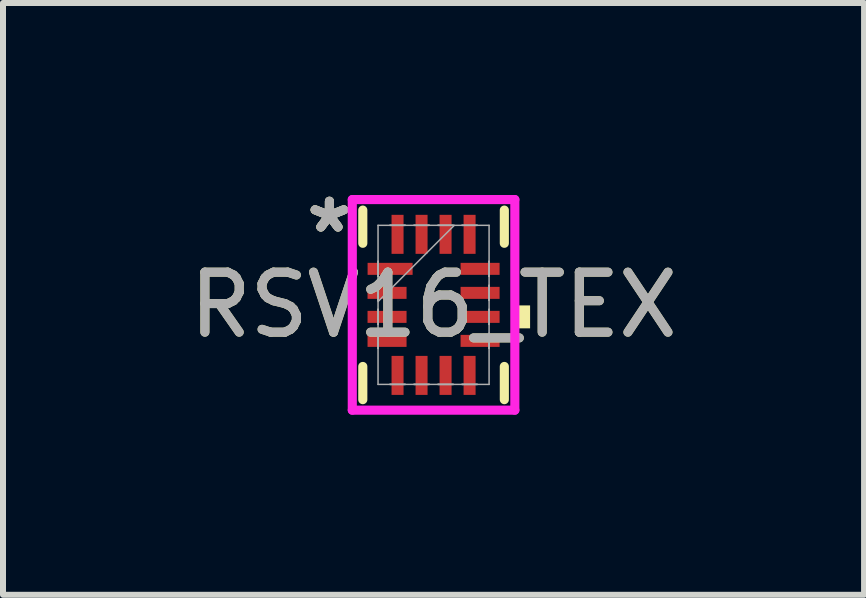
<source format=kicad_pcb>
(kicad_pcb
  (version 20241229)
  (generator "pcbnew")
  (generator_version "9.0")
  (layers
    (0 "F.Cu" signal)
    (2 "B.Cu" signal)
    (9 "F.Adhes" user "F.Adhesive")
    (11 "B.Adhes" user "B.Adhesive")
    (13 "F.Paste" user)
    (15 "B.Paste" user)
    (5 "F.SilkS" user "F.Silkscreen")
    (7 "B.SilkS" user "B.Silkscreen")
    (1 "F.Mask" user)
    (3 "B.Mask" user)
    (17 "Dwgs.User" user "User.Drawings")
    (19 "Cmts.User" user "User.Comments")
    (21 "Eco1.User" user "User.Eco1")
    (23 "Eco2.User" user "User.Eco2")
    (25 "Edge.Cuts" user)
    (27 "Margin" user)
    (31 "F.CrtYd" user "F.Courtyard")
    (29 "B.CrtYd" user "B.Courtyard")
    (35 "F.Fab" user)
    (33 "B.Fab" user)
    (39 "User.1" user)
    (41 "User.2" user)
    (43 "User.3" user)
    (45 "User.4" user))
  (footprint "RSV16_TEX"
    (layer "F.Cu")
    (at 4.173 2.029)
    (property "Reference" "RSV16_TEX" (at 0 0 0) (unlocked yes) (layer "F.SilkS") (effects (font (size 1 1) (thickness 0.15))))
    (attr smd)
    (fp_poly (pts (xy -1.15 -0.75) (xy -1.15 -0.45) (xy -0.4 -0.45) (xy -0.4 -0.75)) (stroke (width 0) (type solid)) (fill yes) (layer "F.Mask"))
    (fp_poly (pts (xy -1.15 -0.35) (xy -1.15 -0.05) (xy -0.4 -0.05) (xy -0.4 -0.35)) (stroke (width 0) (type solid)) (fill yes) (layer "F.Mask"))
    (fp_poly (pts (xy -1.15 0.05) (xy -1.15 0.35) (xy -0.4 0.35) (xy -0.4 0.05)) (stroke (width 0) (type solid)) (fill yes) (layer "F.Mask"))
    (fp_poly (pts (xy -1.15 0.45) (xy -1.15 0.75) (xy -0.4 0.75) (xy -0.4 0.45)) (stroke (width 0) (type solid)) (fill yes) (layer "F.Mask"))
    (fp_poly (pts (xy -0.75 -1.55) (xy -0.75 -0.8) (xy -0.45 -0.8) (xy -0.45 -1.55)) (stroke (width 0) (type solid)) (fill yes) (layer "F.Mask"))
    (fp_poly (pts (xy -0.75 0.8) (xy -0.75 1.55) (xy -0.45 1.55) (xy -0.45 0.8)) (stroke (width 0) (type solid)) (fill yes) (layer "F.Mask"))
    (fp_poly (pts (xy -0.35 -1.55) (xy -0.35 -0.8) (xy -0.05 -0.8) (xy -0.05 -1.55)) (stroke (width 0) (type solid)) (fill yes) (layer "F.Mask"))
    (fp_poly (pts (xy -0.35 0.8) (xy -0.35 1.55) (xy -0.05 1.55) (xy -0.05 0.8)) (stroke (width 0) (type solid)) (fill yes) (layer "F.Mask"))
    (fp_poly (pts (xy 0.05 -1.55) (xy 0.05 -0.8) (xy 0.35 -0.8) (xy 0.35 -1.55)) (stroke (width 0) (type solid)) (fill yes) (layer "F.Mask"))
    (fp_poly (pts (xy 0.05 0.8) (xy 0.05 1.55) (xy 0.35 1.55) (xy 0.35 0.8)) (stroke (width 0) (type solid)) (fill yes) (layer "F.Mask"))
    (fp_poly (pts (xy 0.4 -0.75) (xy 0.4 -0.45) (xy 1.15 -0.45) (xy 1.15 -0.75)) (stroke (width 0) (type solid)) (fill yes) (layer "F.Mask"))
    (fp_poly (pts (xy 0.4 -0.35) (xy 0.4 -0.05) (xy 1.15 -0.05) (xy 1.15 -0.35)) (stroke (width 0) (type solid)) (fill yes) (layer "F.Mask"))
    (fp_poly (pts (xy 0.4 0.05) (xy 0.4 0.35) (xy 1.15 0.35) (xy 1.15 0.05)) (stroke (width 0) (type solid)) (fill yes) (layer "F.Mask"))
    (fp_poly (pts (xy 0.4 0.45) (xy 0.4 0.75) (xy 1.15 0.75) (xy 1.15 0.45)) (stroke (width 0) (type solid)) (fill yes) (layer "F.Mask"))
    (fp_poly (pts (xy 0.45 -1.55) (xy 0.45 -0.8) (xy 0.75 -0.8) (xy 0.75 -1.55)) (stroke (width 0) (type solid)) (fill yes) (layer "F.Mask"))
    (fp_poly (pts (xy 0.45 0.8) (xy 0.45 1.55) (xy 0.75 1.55) (xy 0.75 0.8)) (stroke (width 0) (type solid)) (fill yes) (layer "F.Mask"))
    (fp_line (start -1.179 -1.579) (end -1.179 -1.026) (stroke (width 0.152) (type solid)) (layer "F.SilkS"))
    (fp_line (start -1.179 1.026) (end -1.179 1.579) (stroke (width 0.152) (type solid)) (layer "F.SilkS"))
    (fp_line (start 1.179 -1.026) (end 1.179 -1.579) (stroke (width 0.152) (type solid)) (layer "F.SilkS"))
    (fp_line (start 1.179 1.579) (end 1.179 1.026) (stroke (width 0.152) (type solid)) (layer "F.SilkS"))
    (fp_poly (pts (xy 1.608 0.009) (xy 1.608 0.391) (xy 1.354 0.391) (xy 1.354 0.009)) (stroke (width 0) (type solid)) (fill yes) (layer "F.SilkS"))
    (fp_poly (pts (xy -1.075 -0.675) (xy -1.075 -0.525) (xy -0.475 -0.525) (xy -0.475 -0.675)) (stroke (width 0) (type solid)) (fill yes) (layer "F.Paste"))
    (fp_poly (pts (xy -1.075 -0.275) (xy -1.075 -0.125) (xy -0.475 -0.125) (xy -0.475 -0.275)) (stroke (width 0) (type solid)) (fill yes) (layer "F.Paste"))
    (fp_poly (pts (xy -1.075 0.125) (xy -1.075 0.275) (xy -0.475 0.275) (xy -0.475 0.125)) (stroke (width 0) (type solid)) (fill yes) (layer "F.Paste"))
    (fp_poly (pts (xy -1.075 0.525) (xy -1.075 0.675) (xy -0.475 0.675) (xy -0.475 0.525)) (stroke (width 0) (type solid)) (fill yes) (layer "F.Paste"))
    (fp_poly (pts (xy -0.675 -1.475) (xy -0.675 -0.875) (xy -0.525 -0.875) (xy -0.525 -1.475)) (stroke (width 0) (type solid)) (fill yes) (layer "F.Paste"))
    (fp_poly (pts (xy -0.675 0.875) (xy -0.675 1.475) (xy -0.525 1.475) (xy -0.525 0.875)) (stroke (width 0) (type solid)) (fill yes) (layer "F.Paste"))
    (fp_poly (pts (xy -0.275 -1.475) (xy -0.275 -0.875) (xy -0.125 -0.875) (xy -0.125 -1.475)) (stroke (width 0) (type solid)) (fill yes) (layer "F.Paste"))
    (fp_poly (pts (xy -0.275 0.875) (xy -0.275 1.475) (xy -0.125 1.475) (xy -0.125 0.875)) (stroke (width 0) (type solid)) (fill yes) (layer "F.Paste"))
    (fp_poly (pts (xy 0.125 -1.475) (xy 0.125 -0.875) (xy 0.275 -0.875) (xy 0.275 -1.475)) (stroke (width 0) (type solid)) (fill yes) (layer "F.Paste"))
    (fp_poly (pts (xy 0.125 0.875) (xy 0.125 1.475) (xy 0.275 1.475) (xy 0.275 0.875)) (stroke (width 0) (type solid)) (fill yes) (layer "F.Paste"))
    (fp_poly (pts (xy 0.475 -0.675) (xy 0.475 -0.525) (xy 1.075 -0.525) (xy 1.075 -0.675)) (stroke (width 0) (type solid)) (fill yes) (layer "F.Paste"))
    (fp_poly (pts (xy 0.475 -0.275) (xy 0.475 -0.125) (xy 1.075 -0.125) (xy 1.075 -0.275)) (stroke (width 0) (type solid)) (fill yes) (layer "F.Paste"))
    (fp_poly (pts (xy 0.475 0.125) (xy 0.475 0.275) (xy 1.075 0.275) (xy 1.075 0.125)) (stroke (width 0) (type solid)) (fill yes) (layer "F.Paste"))
    (fp_poly (pts (xy 0.475 0.525) (xy 0.475 0.675) (xy 1.075 0.675) (xy 1.075 0.525)) (stroke (width 0) (type solid)) (fill yes) (layer "F.Paste"))
    (fp_poly (pts (xy 0.525 -1.475) (xy 0.525 -0.875) (xy 0.675 -0.875) (xy 0.675 -1.475)) (stroke (width 0) (type solid)) (fill yes) (layer "F.Paste"))
    (fp_poly (pts (xy 0.525 0.875) (xy 0.525 1.475) (xy 0.675 1.475) (xy 0.675 0.875)) (stroke (width 0) (type solid)) (fill yes) (layer "F.Paste"))
    (fp_line (start -1.354 -1.754) (end 1.354 -1.754) (stroke (width 0.152) (type solid)) (layer "F.CrtYd"))
    (fp_line (start -1.354 1.754) (end -1.354 -1.754) (stroke (width 0.152) (type solid)) (layer "F.CrtYd"))
    (fp_line (start 1.354 -1.754) (end 1.354 1.754) (stroke (width 0.152) (type solid)) (layer "F.CrtYd"))
    (fp_line (start 1.354 1.754) (end -1.354 1.754) (stroke (width 0.152) (type solid)) (layer "F.CrtYd"))
    (fp_line (start -0.925 -1.325) (end -0.925 1.325) (stroke (width 0.025) (type solid)) (layer "F.Fab"))
    (fp_line (start -0.925 -0.725) (end -0.925 -0.725) (stroke (width 0.025) (type solid)) (layer "F.Fab"))
    (fp_line (start -0.925 -0.725) (end -0.925 -0.475) (stroke (width 0.025) (type solid)) (layer "F.Fab"))
    (fp_line (start -0.925 -0.475) (end -0.925 -0.725) (stroke (width 0.025) (type solid)) (layer "F.Fab"))
    (fp_line (start -0.925 -0.475) (end -0.925 -0.475) (stroke (width 0.025) (type solid)) (layer "F.Fab"))
    (fp_line (start -0.925 -0.325) (end -0.925 -0.325) (stroke (width 0.025) (type solid)) (layer "F.Fab"))
    (fp_line (start -0.925 -0.325) (end -0.925 -0.075) (stroke (width 0.025) (type solid)) (layer "F.Fab"))
    (fp_line (start -0.925 -0.075) (end -0.925 -0.325) (stroke (width 0.025) (type solid)) (layer "F.Fab"))
    (fp_line (start -0.925 -0.075) (end -0.925 -0.075) (stroke (width 0.025) (type solid)) (layer "F.Fab"))
    (fp_line (start -0.925 -0.055) (end 0.345 -1.325) (stroke (width 0.025) (type solid)) (layer "F.Fab"))
    (fp_line (start -0.925 0.075) (end -0.925 0.075) (stroke (width 0.025) (type solid)) (layer "F.Fab"))
    (fp_line (start -0.925 0.075) (end -0.925 0.325) (stroke (width 0.025) (type solid)) (layer "F.Fab"))
    (fp_line (start -0.925 0.325) (end -0.925 0.075) (stroke (width 0.025) (type solid)) (layer "F.Fab"))
    (fp_line (start -0.925 0.325) (end -0.925 0.325) (stroke (width 0.025) (type solid)) (layer "F.Fab"))
    (fp_line (start -0.925 0.475) (end -0.925 0.475) (stroke (width 0.025) (type solid)) (layer "F.Fab"))
    (fp_line (start -0.925 0.475) (end -0.925 0.725) (stroke (width 0.025) (type solid)) (layer "F.Fab"))
    (fp_line (start -0.925 0.725) (end -0.925 0.475) (stroke (width 0.025) (type solid)) (layer "F.Fab"))
    (fp_line (start -0.925 0.725) (end -0.925 0.725) (stroke (width 0.025) (type solid)) (layer "F.Fab"))
    (fp_line (start -0.925 1.325) (end 0.925 1.325) (stroke (width 0.025) (type solid)) (layer "F.Fab"))
    (fp_line (start -0.725 -1.325) (end -0.725 -1.325) (stroke (width 0.025) (type solid)) (layer "F.Fab"))
    (fp_line (start -0.725 -1.325) (end -0.475 -1.325) (stroke (width 0.025) (type solid)) (layer "F.Fab"))
    (fp_line (start -0.725 1.325) (end -0.725 1.325) (stroke (width 0.025) (type solid)) (layer "F.Fab"))
    (fp_line (start -0.725 1.325) (end -0.475 1.325) (stroke (width 0.025) (type solid)) (layer "F.Fab"))
    (fp_line (start -0.475 -1.325) (end -0.725 -1.325) (stroke (width 0.025) (type solid)) (layer "F.Fab"))
    (fp_line (start -0.475 -1.325) (end -0.475 -1.325) (stroke (width 0.025) (type solid)) (layer "F.Fab"))
    (fp_line (start -0.475 1.325) (end -0.725 1.325) (stroke (width 0.025) (type solid)) (layer "F.Fab"))
    (fp_line (start -0.475 1.325) (end -0.475 1.325) (stroke (width 0.025) (type solid)) (layer "F.Fab"))
    (fp_line (start -0.325 -1.325) (end -0.325 -1.325) (stroke (width 0.025) (type solid)) (layer "F.Fab"))
    (fp_line (start -0.325 -1.325) (end -0.075 -1.325) (stroke (width 0.025) (type solid)) (layer "F.Fab"))
    (fp_line (start -0.325 1.325) (end -0.325 1.325) (stroke (width 0.025) (type solid)) (layer "F.Fab"))
    (fp_line (start -0.325 1.325) (end -0.075 1.325) (stroke (width 0.025) (type solid)) (layer "F.Fab"))
    (fp_line (start -0.075 -1.325) (end -0.325 -1.325) (stroke (width 0.025) (type solid)) (layer "F.Fab"))
    (fp_line (start -0.075 -1.325) (end -0.075 -1.325) (stroke (width 0.025) (type solid)) (layer "F.Fab"))
    (fp_line (start -0.075 1.325) (end -0.325 1.325) (stroke (width 0.025) (type solid)) (layer "F.Fab"))
    (fp_line (start -0.075 1.325) (end -0.075 1.325) (stroke (width 0.025) (type solid)) (layer "F.Fab"))
    (fp_line (start 0.075 -1.325) (end 0.075 -1.325) (stroke (width 0.025) (type solid)) (layer "F.Fab"))
    (fp_line (start 0.075 -1.325) (end 0.325 -1.325) (stroke (width 0.025) (type solid)) (layer "F.Fab"))
    (fp_line (start 0.075 1.325) (end 0.075 1.325) (stroke (width 0.025) (type solid)) (layer "F.Fab"))
    (fp_line (start 0.075 1.325) (end 0.325 1.325) (stroke (width 0.025) (type solid)) (layer "F.Fab"))
    (fp_line (start 0.325 -1.325) (end 0.075 -1.325) (stroke (width 0.025) (type solid)) (layer "F.Fab"))
    (fp_line (start 0.325 -1.325) (end 0.325 -1.325) (stroke (width 0.025) (type solid)) (layer "F.Fab"))
    (fp_line (start 0.325 1.325) (end 0.075 1.325) (stroke (width 0.025) (type solid)) (layer "F.Fab"))
    (fp_line (start 0.325 1.325) (end 0.325 1.325) (stroke (width 0.025) (type solid)) (layer "F.Fab"))
    (fp_line (start 0.475 -1.325) (end 0.475 -1.325) (stroke (width 0.025) (type solid)) (layer "F.Fab"))
    (fp_line (start 0.475 -1.325) (end 0.725 -1.325) (stroke (width 0.025) (type solid)) (layer "F.Fab"))
    (fp_line (start 0.475 1.325) (end 0.475 1.325) (stroke (width 0.025) (type solid)) (layer "F.Fab"))
    (fp_line (start 0.475 1.325) (end 0.725 1.325) (stroke (width 0.025) (type solid)) (layer "F.Fab"))
    (fp_line (start 0.725 -1.325) (end 0.475 -1.325) (stroke (width 0.025) (type solid)) (layer "F.Fab"))
    (fp_line (start 0.725 -1.325) (end 0.725 -1.325) (stroke (width 0.025) (type solid)) (layer "F.Fab"))
    (fp_line (start 0.725 1.325) (end 0.475 1.325) (stroke (width 0.025) (type solid)) (layer "F.Fab"))
    (fp_line (start 0.725 1.325) (end 0.725 1.325) (stroke (width 0.025) (type solid)) (layer "F.Fab"))
    (fp_line (start 0.925 -1.325) (end -0.925 -1.325) (stroke (width 0.025) (type solid)) (layer "F.Fab"))
    (fp_line (start 0.925 -0.725) (end 0.925 -0.725) (stroke (width 0.025) (type solid)) (layer "F.Fab"))
    (fp_line (start 0.925 -0.725) (end 0.925 -0.475) (stroke (width 0.025) (type solid)) (layer "F.Fab"))
    (fp_line (start 0.925 -0.475) (end 0.925 -0.725) (stroke (width 0.025) (type solid)) (layer "F.Fab"))
    (fp_line (start 0.925 -0.475) (end 0.925 -0.475) (stroke (width 0.025) (type solid)) (layer "F.Fab"))
    (fp_line (start 0.925 -0.325) (end 0.925 -0.325) (stroke (width 0.025) (type solid)) (layer "F.Fab"))
    (fp_line (start 0.925 -0.325) (end 0.925 -0.075) (stroke (width 0.025) (type solid)) (layer "F.Fab"))
    (fp_line (start 0.925 -0.075) (end 0.925 -0.325) (stroke (width 0.025) (type solid)) (layer "F.Fab"))
    (fp_line (start 0.925 -0.075) (end 0.925 -0.075) (stroke (width 0.025) (type solid)) (layer "F.Fab"))
    (fp_line (start 0.925 0.075) (end 0.925 0.075) (stroke (width 0.025) (type solid)) (layer "F.Fab"))
    (fp_line (start 0.925 0.075) (end 0.925 0.325) (stroke (width 0.025) (type solid)) (layer "F.Fab"))
    (fp_line (start 0.925 0.325) (end 0.925 0.075) (stroke (width 0.025) (type solid)) (layer "F.Fab"))
    (fp_line (start 0.925 0.325) (end 0.925 0.325) (stroke (width 0.025) (type solid)) (layer "F.Fab"))
    (fp_line (start 0.925 0.475) (end 0.925 0.475) (stroke (width 0.025) (type solid)) (layer "F.Fab"))
    (fp_line (start 0.925 0.475) (end 0.925 0.725) (stroke (width 0.025) (type solid)) (layer "F.Fab"))
    (fp_line (start 0.925 0.725) (end 0.925 0.475) (stroke (width 0.025) (type solid)) (layer "F.Fab"))
    (fp_line (start 0.925 0.725) (end 0.925 0.725) (stroke (width 0.025) (type solid)) (layer "F.Fab"))
    (fp_line (start 0.925 1.325) (end 0.925 -1.325) (stroke (width 0.025) (type solid)) (layer "F.Fab"))
    (fp_text user "*" (at -1.735 -1.181 0) (unlocked yes) (layer "F.SilkS") (effects (font (size 1 1) (thickness 0.15))))
    (fp_text user "*" (at -1.735 -1.181 0) (layer "F.SilkS") (effects (font (size 1 1) (thickness 0.15))))
    (fp_text user "*" (at -1.735 -1.181 0) (layer "F.Fab") (effects (font (size 1 1) (thickness 0.15))))
    (fp_text user "${REFERENCE}" (at 0 0 0) (unlocked yes) (layer "F.Fab") (effects (font (size 1 1) (thickness 0.15))))
    (fp_text user "*" (at -1.735 -1.181 0) (unlocked yes) (layer "F.Fab") (effects (font (size 1 1) (thickness 0.15))))
    (pad "1" smd rect (at -0.724 -0.6 90) (size 0.2 0.75) (layers "F.Cu" "F.Mask" "F.Paste"))
    (pad "2" smd rect (at -0.775 -0.2 90) (size 0.2 0.65) (layers "F.Cu" "F.Mask"))
    (pad "3" smd rect (at -0.775 0.2 90) (size 0.2 0.65) (layers "F.Cu" "F.Mask"))
    (pad "4" smd rect (at -0.775 0.6 90) (size 0.2 0.65) (layers "F.Cu" "F.Mask"))
    (pad "5" smd rect (at -0.6 1.175) (size 0.2 0.65) (layers "F.Cu" "F.Mask"))
    (pad "6" smd rect (at -0.2 1.175) (size 0.2 0.65) (layers "F.Cu" "F.Mask"))
    (pad "7" smd rect (at 0.2 1.175) (size 0.2 0.65) (layers "F.Cu" "F.Mask"))
    (pad "8" smd rect (at 0.6 1.175) (size 0.2 0.65) (layers "F.Cu" "F.Mask"))
    (pad "9" smd rect (at 0.775 0.6 90) (size 0.2 0.65) (layers "F.Cu" "F.Mask"))
    (pad "10" smd rect (at 0.775 0.2 90) (size 0.2 0.65) (layers "F.Cu" "F.Mask"))
    (pad "11" smd rect (at 0.775 -0.2 90) (size 0.2 0.65) (layers "F.Cu" "F.Mask"))
    (pad "12" smd rect (at 0.775 -0.6 90) (size 0.2 0.65) (layers "F.Cu" "F.Mask"))
    (pad "13" smd rect (at 0.6 -1.175) (size 0.2 0.65) (layers "F.Cu" "F.Mask"))
    (pad "14" smd rect (at 0.2 -1.175) (size 0.2 0.65) (layers "F.Cu" "F.Mask"))
    (pad "15" smd rect (at -0.2 -1.175) (size 0.2 0.65) (layers "F.Cu" "F.Mask"))
    (pad "16" smd rect (at -0.6 -1.175) (size 0.2 0.65) (layers "F.Cu" "F.Mask")))
  (gr_rect
    (start -3 -3)
    (end 11.345 6.859)
    (stroke (width 0.1) (type default))
    (fill no)
    (layer "Edge.Cuts")))
</source>
